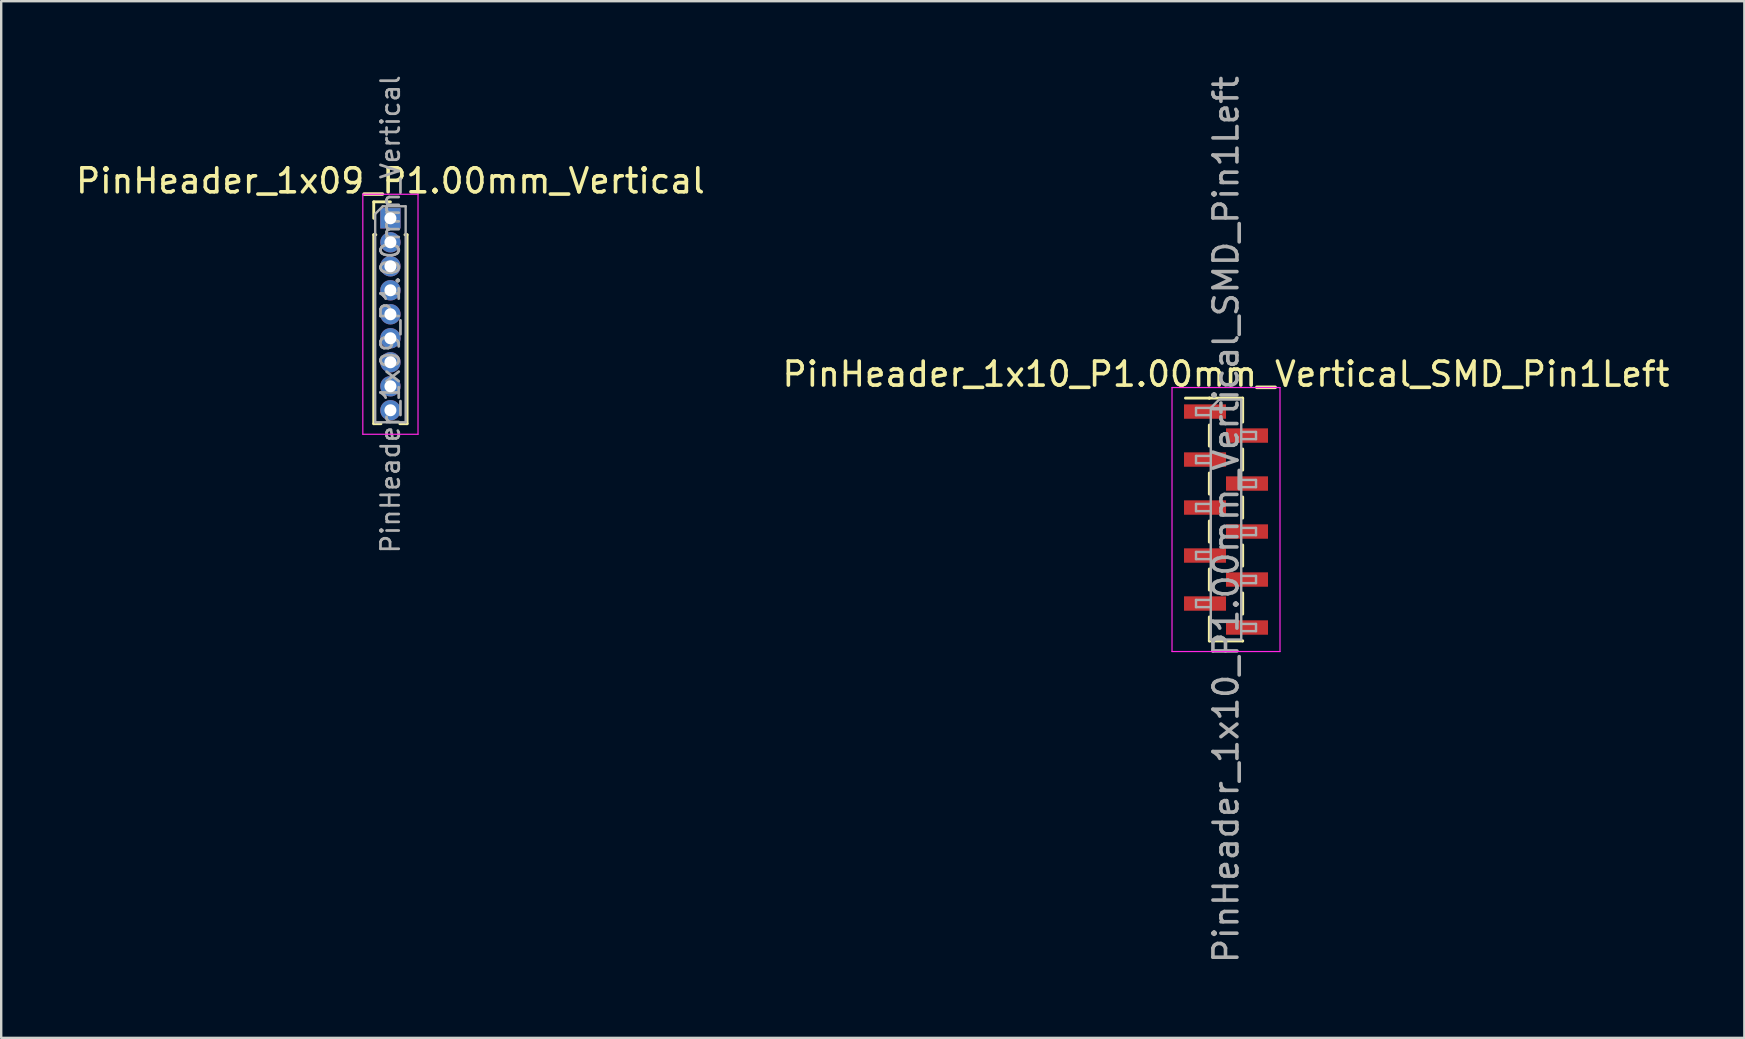
<source format=kicad_pcb>
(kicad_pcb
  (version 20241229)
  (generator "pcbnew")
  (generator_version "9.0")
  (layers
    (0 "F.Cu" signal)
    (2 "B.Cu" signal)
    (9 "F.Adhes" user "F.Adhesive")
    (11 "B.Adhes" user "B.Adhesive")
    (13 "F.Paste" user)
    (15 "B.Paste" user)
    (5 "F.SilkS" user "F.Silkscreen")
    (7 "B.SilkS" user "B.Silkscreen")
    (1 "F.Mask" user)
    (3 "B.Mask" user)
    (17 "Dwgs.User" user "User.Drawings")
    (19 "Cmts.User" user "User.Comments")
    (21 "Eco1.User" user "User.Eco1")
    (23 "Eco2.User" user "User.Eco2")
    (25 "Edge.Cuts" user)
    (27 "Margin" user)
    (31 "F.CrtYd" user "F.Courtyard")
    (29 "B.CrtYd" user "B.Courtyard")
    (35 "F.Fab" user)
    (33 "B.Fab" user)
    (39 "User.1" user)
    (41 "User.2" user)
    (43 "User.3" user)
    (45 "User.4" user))
  (footprint "PinHeader_1x09_P1.00mm_Vertical"
    (layer "F.Cu")
    (at 13.22 6.047)
    (property "Reference" "PinHeader_1x09_P1.00mm_Vertical" (at 0 -1.56 0) (layer "F.SilkS") (effects (font (size 1 1) (thickness 0.15))))
    (attr through_hole)
    (fp_line (start -0.695 -0.685) (end 0 -0.685) (stroke (width 0.12) (type solid)) (layer "F.SilkS"))
    (fp_line (start -0.695 0) (end -0.695 -0.685) (stroke (width 0.12) (type solid)) (layer "F.SilkS"))
    (fp_line (start -0.695 0.685) (end -0.695 8.56) (stroke (width 0.12) (type solid)) (layer "F.SilkS"))
    (fp_line (start -0.695 0.685) (end -0.608 0.685) (stroke (width 0.12) (type solid)) (layer "F.SilkS"))
    (fp_line (start -0.695 8.56) (end -0.394 8.56) (stroke (width 0.12) (type solid)) (layer "F.SilkS"))
    (fp_line (start 0.394 8.56) (end 0.695 8.56) (stroke (width 0.12) (type solid)) (layer "F.SilkS"))
    (fp_line (start 0.608 0.685) (end 0.695 0.685) (stroke (width 0.12) (type solid)) (layer "F.SilkS"))
    (fp_line (start 0.695 0.685) (end 0.695 8.56) (stroke (width 0.12) (type solid)) (layer "F.SilkS"))
    (fp_line (start -1.15 -1) (end -1.15 9) (stroke (width 0.05) (type solid)) (layer "F.CrtYd"))
    (fp_line (start -1.15 9) (end 1.15 9) (stroke (width 0.05) (type solid)) (layer "F.CrtYd"))
    (fp_line (start 1.15 -1) (end -1.15 -1) (stroke (width 0.05) (type solid)) (layer "F.CrtYd"))
    (fp_line (start 1.15 9) (end 1.15 -1) (stroke (width 0.05) (type solid)) (layer "F.CrtYd"))
    (fp_line (start -0.635 -0.182) (end -0.318 -0.5) (stroke (width 0.1) (type solid)) (layer "F.Fab"))
    (fp_line (start -0.635 8.5) (end -0.635 -0.182) (stroke (width 0.1) (type solid)) (layer "F.Fab"))
    (fp_line (start -0.318 -0.5) (end 0.635 -0.5) (stroke (width 0.1) (type solid)) (layer "F.Fab"))
    (fp_line (start 0.635 -0.5) (end 0.635 8.5) (stroke (width 0.1) (type solid)) (layer "F.Fab"))
    (fp_line (start 0.635 8.5) (end -0.635 8.5) (stroke (width 0.1) (type solid)) (layer "F.Fab"))
    (fp_text user "${REFERENCE}" (at 0 4 90) (layer "F.Fab") (effects (font (size 0.76 0.76) (thickness 0.114))))
    (pad "1" thru_hole rect (at 0 0) (size 0.85 0.85) (drill 0.5) (layers "*.Cu" "*.Mask"))
    (pad "2" thru_hole oval (at 0 1) (size 0.85 0.85) (drill 0.5) (layers "*.Cu" "*.Mask"))
    (pad "3" thru_hole oval (at 0 2) (size 0.85 0.85) (drill 0.5) (layers "*.Cu" "*.Mask"))
    (pad "4" thru_hole oval (at 0 3) (size 0.85 0.85) (drill 0.5) (layers "*.Cu" "*.Mask"))
    (pad "5" thru_hole oval (at 0 4) (size 0.85 0.85) (drill 0.5) (layers "*.Cu" "*.Mask"))
    (pad "6" thru_hole oval (at 0 5) (size 0.85 0.85) (drill 0.5) (layers "*.Cu" "*.Mask"))
    (pad "7" thru_hole oval (at 0 6) (size 0.85 0.85) (drill 0.5) (layers "*.Cu" "*.Mask"))
    (pad "8" thru_hole oval (at 0 7) (size 0.85 0.85) (drill 0.5) (layers "*.Cu" "*.Mask"))
    (pad "9" thru_hole oval (at 0 8) (size 0.85 0.85) (drill 0.5) (layers "*.Cu" "*.Mask")))
  (footprint "PinHeader_1x10_P1.00mm_Vertical_SMD_Pin1Left"
    (layer "F.Cu")
    (at 48.042 18.601)
    (property "Reference" "PinHeader_1x10_P1.00mm_Vertical_SMD_Pin1Left" (at 0 -6.06 0) (layer "F.SilkS") (effects (font (size 1 1) (thickness 0.15))))
    (attr smd)
    (fp_line (start -0.695 -5.06) (end -1.69 -5.06) (stroke (width 0.12) (type solid)) (layer "F.SilkS"))
    (fp_line (start -0.695 -5.06) (end -0.695 -5.06) (stroke (width 0.12) (type solid)) (layer "F.SilkS"))
    (fp_line (start -0.695 -5.06) (end 0.695 -5.06) (stroke (width 0.12) (type solid)) (layer "F.SilkS"))
    (fp_line (start -0.695 -3.94) (end -0.695 -3.06) (stroke (width 0.12) (type solid)) (layer "F.SilkS"))
    (fp_line (start -0.695 -1.94) (end -0.695 -1.06) (stroke (width 0.12) (type solid)) (layer "F.SilkS"))
    (fp_line (start -0.695 0.06) (end -0.695 0.94) (stroke (width 0.12) (type solid)) (layer "F.SilkS"))
    (fp_line (start -0.695 2.06) (end -0.695 2.94) (stroke (width 0.12) (type solid)) (layer "F.SilkS"))
    (fp_line (start -0.695 4.06) (end -0.695 5.06) (stroke (width 0.12) (type solid)) (layer "F.SilkS"))
    (fp_line (start -0.695 5.06) (end 0.695 5.06) (stroke (width 0.12) (type solid)) (layer "F.SilkS"))
    (fp_line (start 0.695 -5.06) (end 0.695 -4.06) (stroke (width 0.12) (type solid)) (layer "F.SilkS"))
    (fp_line (start 0.695 -2.94) (end 0.695 -2.06) (stroke (width 0.12) (type solid)) (layer "F.SilkS"))
    (fp_line (start 0.695 -0.94) (end 0.695 -0.06) (stroke (width 0.12) (type solid)) (layer "F.SilkS"))
    (fp_line (start 0.695 1.06) (end 0.695 1.94) (stroke (width 0.12) (type solid)) (layer "F.SilkS"))
    (fp_line (start 0.695 3.06) (end 0.695 3.94) (stroke (width 0.12) (type solid)) (layer "F.SilkS"))
    (fp_line (start 0.695 5.06) (end 0.695 5.06) (stroke (width 0.12) (type solid)) (layer "F.SilkS"))
    (fp_line (start -2.25 -5.5) (end -2.25 5.5) (stroke (width 0.05) (type solid)) (layer "F.CrtYd"))
    (fp_line (start -2.25 5.5) (end 2.25 5.5) (stroke (width 0.05) (type solid)) (layer "F.CrtYd"))
    (fp_line (start 2.25 -5.5) (end -2.25 -5.5) (stroke (width 0.05) (type solid)) (layer "F.CrtYd"))
    (fp_line (start 2.25 5.5) (end 2.25 -5.5) (stroke (width 0.05) (type solid)) (layer "F.CrtYd"))
    (fp_line (start -1.25 -4.65) (end -1.25 -4.35) (stroke (width 0.1) (type solid)) (layer "F.Fab"))
    (fp_line (start -1.25 -4.35) (end -0.635 -4.35) (stroke (width 0.1) (type solid)) (layer "F.Fab"))
    (fp_line (start -1.25 -2.65) (end -1.25 -2.35) (stroke (width 0.1) (type solid)) (layer "F.Fab"))
    (fp_line (start -1.25 -2.35) (end -0.635 -2.35) (stroke (width 0.1) (type solid)) (layer "F.Fab"))
    (fp_line (start -1.25 -0.65) (end -1.25 -0.35) (stroke (width 0.1) (type solid)) (layer "F.Fab"))
    (fp_line (start -1.25 -0.35) (end -0.635 -0.35) (stroke (width 0.1) (type solid)) (layer "F.Fab"))
    (fp_line (start -1.25 1.35) (end -1.25 1.65) (stroke (width 0.1) (type solid)) (layer "F.Fab"))
    (fp_line (start -1.25 1.65) (end -0.635 1.65) (stroke (width 0.1) (type solid)) (layer "F.Fab"))
    (fp_line (start -1.25 3.35) (end -1.25 3.65) (stroke (width 0.1) (type solid)) (layer "F.Fab"))
    (fp_line (start -1.25 3.65) (end -0.635 3.65) (stroke (width 0.1) (type solid)) (layer "F.Fab"))
    (fp_line (start -0.635 -4.65) (end -1.25 -4.65) (stroke (width 0.1) (type solid)) (layer "F.Fab"))
    (fp_line (start -0.635 -4.65) (end -0.285 -5) (stroke (width 0.1) (type solid)) (layer "F.Fab"))
    (fp_line (start -0.635 -2.65) (end -1.25 -2.65) (stroke (width 0.1) (type solid)) (layer "F.Fab"))
    (fp_line (start -0.635 -0.65) (end -1.25 -0.65) (stroke (width 0.1) (type solid)) (layer "F.Fab"))
    (fp_line (start -0.635 1.35) (end -1.25 1.35) (stroke (width 0.1) (type solid)) (layer "F.Fab"))
    (fp_line (start -0.635 3.35) (end -1.25 3.35) (stroke (width 0.1) (type solid)) (layer "F.Fab"))
    (fp_line (start -0.635 5) (end -0.635 -4.65) (stroke (width 0.1) (type solid)) (layer "F.Fab"))
    (fp_line (start -0.285 -5) (end 0.635 -5) (stroke (width 0.1) (type solid)) (layer "F.Fab"))
    (fp_line (start 0.635 -5) (end 0.635 5) (stroke (width 0.1) (type solid)) (layer "F.Fab"))
    (fp_line (start 0.635 -3.65) (end 1.25 -3.65) (stroke (width 0.1) (type solid)) (layer "F.Fab"))
    (fp_line (start 0.635 -1.65) (end 1.25 -1.65) (stroke (width 0.1) (type solid)) (layer "F.Fab"))
    (fp_line (start 0.635 0.35) (end 1.25 0.35) (stroke (width 0.1) (type solid)) (layer "F.Fab"))
    (fp_line (start 0.635 2.35) (end 1.25 2.35) (stroke (width 0.1) (type solid)) (layer "F.Fab"))
    (fp_line (start 0.635 4.35) (end 1.25 4.35) (stroke (width 0.1) (type solid)) (layer "F.Fab"))
    (fp_line (start 0.635 5) (end -0.635 5) (stroke (width 0.1) (type solid)) (layer "F.Fab"))
    (fp_line (start 1.25 -3.65) (end 1.25 -3.35) (stroke (width 0.1) (type solid)) (layer "F.Fab"))
    (fp_line (start 1.25 -3.35) (end 0.635 -3.35) (stroke (width 0.1) (type solid)) (layer "F.Fab"))
    (fp_line (start 1.25 -1.65) (end 1.25 -1.35) (stroke (width 0.1) (type solid)) (layer "F.Fab"))
    (fp_line (start 1.25 -1.35) (end 0.635 -1.35) (stroke (width 0.1) (type solid)) (layer "F.Fab"))
    (fp_line (start 1.25 0.35) (end 1.25 0.65) (stroke (width 0.1) (type solid)) (layer "F.Fab"))
    (fp_line (start 1.25 0.65) (end 0.635 0.65) (stroke (width 0.1) (type solid)) (layer "F.Fab"))
    (fp_line (start 1.25 2.35) (end 1.25 2.65) (stroke (width 0.1) (type solid)) (layer "F.Fab"))
    (fp_line (start 1.25 2.65) (end 0.635 2.65) (stroke (width 0.1) (type solid)) (layer "F.Fab"))
    (fp_line (start 1.25 4.35) (end 1.25 4.65) (stroke (width 0.1) (type solid)) (layer "F.Fab"))
    (fp_line (start 1.25 4.65) (end 0.635 4.65) (stroke (width 0.1) (type solid)) (layer "F.Fab"))
    (fp_text user "${REFERENCE}" (at 0 0 90) (layer "F.Fab") (effects (font (size 1 1) (thickness 0.15))))
    (pad "1" smd rect (at -0.875 -4.5) (size 1.75 0.6) (layers "F.Cu" "F.Mask" "F.Paste"))
    (pad "2" smd rect (at 0.875 -3.5) (size 1.75 0.6) (layers "F.Cu" "F.Mask" "F.Paste"))
    (pad "3" smd rect (at -0.875 -2.5) (size 1.75 0.6) (layers "F.Cu" "F.Mask" "F.Paste"))
    (pad "4" smd rect (at 0.875 -1.5) (size 1.75 0.6) (layers "F.Cu" "F.Mask" "F.Paste"))
    (pad "5" smd rect (at -0.875 -0.5) (size 1.75 0.6) (layers "F.Cu" "F.Mask" "F.Paste"))
    (pad "6" smd rect (at 0.875 0.5) (size 1.75 0.6) (layers "F.Cu" "F.Mask" "F.Paste"))
    (pad "7" smd rect (at -0.875 1.5) (size 1.75 0.6) (layers "F.Cu" "F.Mask" "F.Paste"))
    (pad "8" smd rect (at 0.875 2.5) (size 1.75 0.6) (layers "F.Cu" "F.Mask" "F.Paste"))
    (pad "9" smd rect (at -0.875 3.5) (size 1.75 0.6) (layers "F.Cu" "F.Mask" "F.Paste"))
    (pad "10" smd rect (at 0.875 4.5) (size 1.75 0.6) (layers "F.Cu" "F.Mask" "F.Paste")))
  (gr_rect
    (start -3 -3)
    (end 69.643 40.202)
    (stroke (width 0.1) (type default))
    (fill no)
    (layer "Edge.Cuts")))
</source>
